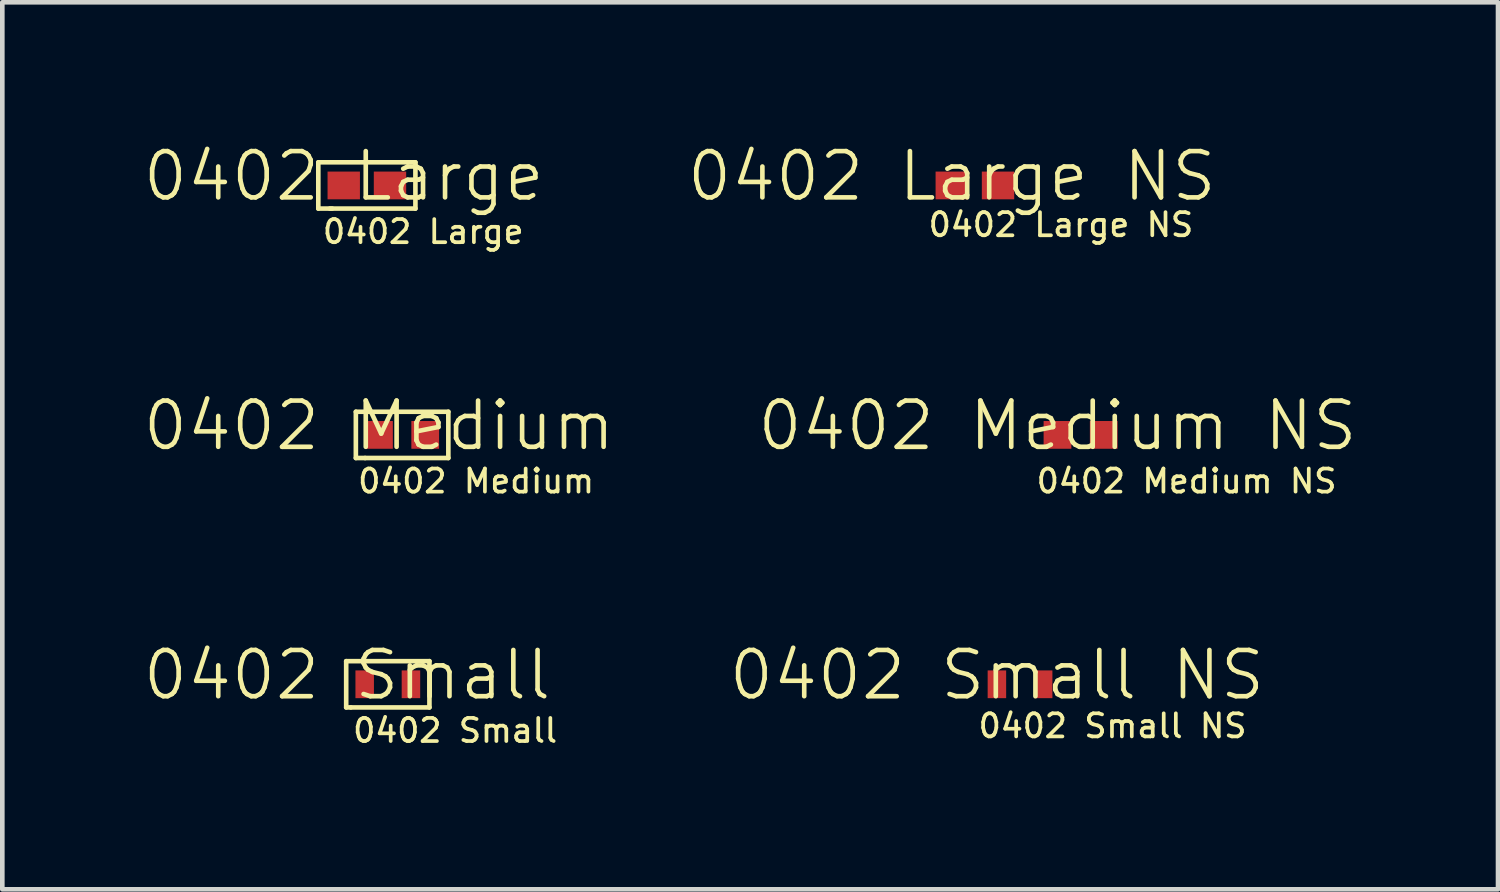
<source format=kicad_pcb>
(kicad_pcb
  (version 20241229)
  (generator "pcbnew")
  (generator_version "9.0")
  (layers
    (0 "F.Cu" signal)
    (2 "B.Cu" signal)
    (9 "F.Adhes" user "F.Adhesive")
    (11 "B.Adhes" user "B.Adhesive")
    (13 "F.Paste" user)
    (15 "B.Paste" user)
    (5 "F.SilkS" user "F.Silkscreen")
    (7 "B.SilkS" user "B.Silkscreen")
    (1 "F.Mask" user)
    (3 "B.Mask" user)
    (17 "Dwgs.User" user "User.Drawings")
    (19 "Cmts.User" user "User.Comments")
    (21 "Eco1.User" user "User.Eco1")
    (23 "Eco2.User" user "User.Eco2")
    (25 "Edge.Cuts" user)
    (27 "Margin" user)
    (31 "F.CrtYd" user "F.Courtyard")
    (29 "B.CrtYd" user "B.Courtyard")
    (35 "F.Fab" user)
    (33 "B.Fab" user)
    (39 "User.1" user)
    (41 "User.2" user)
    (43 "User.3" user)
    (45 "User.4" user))
  (footprint "0402 Small NS"
    (layer "F.Cu")
    (at 18.507 12.047)
    (property "Reference" "0402 Small NS" (at 0 -0.5 0) (unlocked yes) (layer "F.SilkS") (effects (font (size 1 1) (thickness 0.1))))
    (attr smd)
    (fp_text user "${REFERENCE}" (at 2.5 0.6 0) (unlocked yes) (layer "F.SilkS") (effects (font (size 0.5 0.5) (thickness 0.08))))
    (pad "1" smd rect (at 0 -0.3) (size 0.4 0.6) (layers "F.Cu" "F.Mask" "F.Paste"))
    (pad "2" smd rect (at 1 -0.3) (size 0.4 0.6) (layers "F.Cu" "F.Mask" "F.Paste")))
  (footprint "0402 Large NS"
    (layer "F.Cu")
    (at 17.531 1.26)
    (property "Reference" "0402 Large NS" (at 0 -0.5 0) (unlocked yes) (layer "F.SilkS") (effects (font (size 1 1) (thickness 0.1))))
    (attr smd)
    (fp_text user "${REFERENCE}" (at -0.55 0.55 0) (unlocked yes) (layer "F.SilkS") (effects (font (size 0.5 0.5) (thickness 0.08)) (justify left)))
    (pad "1" smd rect (at 0 -0.3) (size 0.7 0.6) (layers "F.Cu" "F.Mask" "F.Paste"))
    (pad "2" smd rect (at 1 -0.3) (size 0.7 0.6) (layers "F.Cu" "F.Mask" "F.Paste")))
  (footprint "0402 Medium"
    (layer "F.Cu")
    (at 5.145 6.654)
    (property "Reference" "0402 Medium" (at 0 -0.5 0) (unlocked yes) (layer "F.SilkS") (effects (font (size 1 1) (thickness 0.1))))
    (attr smd)
    (fp_line (start -0.5 -0.8) (end -0.5 0.2) (stroke (width 0.1) (type default)) (layer "F.SilkS"))
    (fp_line (start -0.5 0.2) (end -0.3 0.2) (stroke (width 0.1) (type default)) (layer "F.SilkS"))
    (fp_line (start -0.3 0.2) (end 1.5 0.2) (stroke (width 0.1) (type default)) (layer "F.SilkS"))
    (fp_line (start 1.5 -0.8) (end -0.5 -0.8) (stroke (width 0.1) (type default)) (layer "F.SilkS"))
    (fp_line (start 1.5 0.2) (end 1.5 -0.8) (stroke (width 0.1) (type default)) (layer "F.SilkS"))
    (fp_text user "${REFERENCE}" (at -0.5 0.7 0) (unlocked yes) (layer "F.SilkS") (effects (font (size 0.5 0.5) (thickness 0.08)) (justify left)))
    (pad "1" smd rect (at 0 -0.3) (size 0.6 0.6) (layers "F.Cu" "F.Mask" "F.Paste"))
    (pad "2" smd rect (at 1 -0.3) (size 0.6 0.6) (layers "F.Cu" "F.Mask" "F.Paste")))
  (footprint "0402 Small "
    (layer "F.Cu")
    (at 4.836 12.047)
    (property "Reference" "0402 Small " (at 0 -0.5 0) (unlocked yes) (layer "F.SilkS") (effects (font (size 1 1) (thickness 0.1))))
    (attr smd)
    (fp_line (start -0.4 -0.8) (end -0.4 0.2) (stroke (width 0.1) (type default)) (layer "F.SilkS"))
    (fp_line (start -0.4 0.2) (end -0.3 0.2) (stroke (width 0.1) (type default)) (layer "F.SilkS"))
    (fp_line (start -0.3 0.2) (end 1.4 0.2) (stroke (width 0.1) (type default)) (layer "F.SilkS"))
    (fp_line (start 1.4 -0.8) (end -0.4 -0.8) (stroke (width 0.1) (type default)) (layer "F.SilkS"))
    (fp_line (start 1.4 0.2) (end 1.4 -0.8) (stroke (width 0.1) (type default)) (layer "F.SilkS"))
    (fp_text user "${REFERENCE}" (at -0.3 0.7 0) (unlocked yes) (layer "F.SilkS") (effects (font (size 0.5 0.5) (thickness 0.08)) (justify left)))
    (pad "1" smd rect (at 0 -0.3) (size 0.4 0.6) (layers "F.Cu" "F.Mask" "F.Paste"))
    (pad "2" smd rect (at 1 -0.3) (size 0.4 0.6) (layers "F.Cu" "F.Mask" "F.Paste")))
  (footprint "0402 Large"
    (layer "F.Cu")
    (at 4.383 1.26)
    (property "Reference" "0402 Large" (at 0 -0.5 0) (unlocked yes) (layer "F.SilkS") (effects (font (size 1 1) (thickness 0.1))))
    (attr smd)
    (fp_line (start -0.55 -0.8) (end -0.55 0.2) (stroke (width 0.1) (type default)) (layer "F.SilkS"))
    (fp_line (start -0.55 0.2) (end -0.25 0.2) (stroke (width 0.1) (type default)) (layer "F.SilkS"))
    (fp_line (start -0.3 0.2) (end 1.55 0.2) (stroke (width 0.1) (type default)) (layer "F.SilkS"))
    (fp_line (start 1.55 -0.8) (end -0.55 -0.8) (stroke (width 0.1) (type default)) (layer "F.SilkS"))
    (fp_line (start 1.55 0.2) (end 1.55 -0.8) (stroke (width 0.1) (type default)) (layer "F.SilkS"))
    (fp_text user "${REFERENCE}" (at -0.5 0.7 0) (unlocked yes) (layer "F.SilkS") (effects (font (size 0.5 0.5) (thickness 0.08)) (justify left)))
    (pad "1" smd rect (at 0 -0.3) (size 0.7 0.6) (layers "F.Cu" "F.Mask" "F.Paste"))
    (pad "2" smd rect (at 1 -0.3) (size 0.7 0.6) (layers "F.Cu" "F.Mask" "F.Paste")))
  (footprint "0402 Medium NS"
    (layer "F.Cu")
    (at 19.817 6.654)
    (property "Reference" "0402 Medium NS" (at 0 -0.5 0) (unlocked yes) (layer "F.SilkS") (effects (font (size 1 1) (thickness 0.1))))
    (attr smd)
    (fp_text user "${REFERENCE}" (at -0.5 0.7 0) (unlocked yes) (layer "F.SilkS") (effects (font (size 0.5 0.5) (thickness 0.08)) (justify left)))
    (pad "1" smd rect (at 0 -0.3) (size 0.6 0.6) (layers "F.Cu" "F.Mask" "F.Paste"))
    (pad "2" smd rect (at 1 -0.3) (size 0.6 0.6) (layers "F.Cu" "F.Mask" "F.Paste")))
  (gr_rect
    (start -3 -3)
    (end 29.343 16.18)
    (stroke (width 0.1) (type default))
    (fill no)
    (layer "Edge.Cuts")))
</source>
